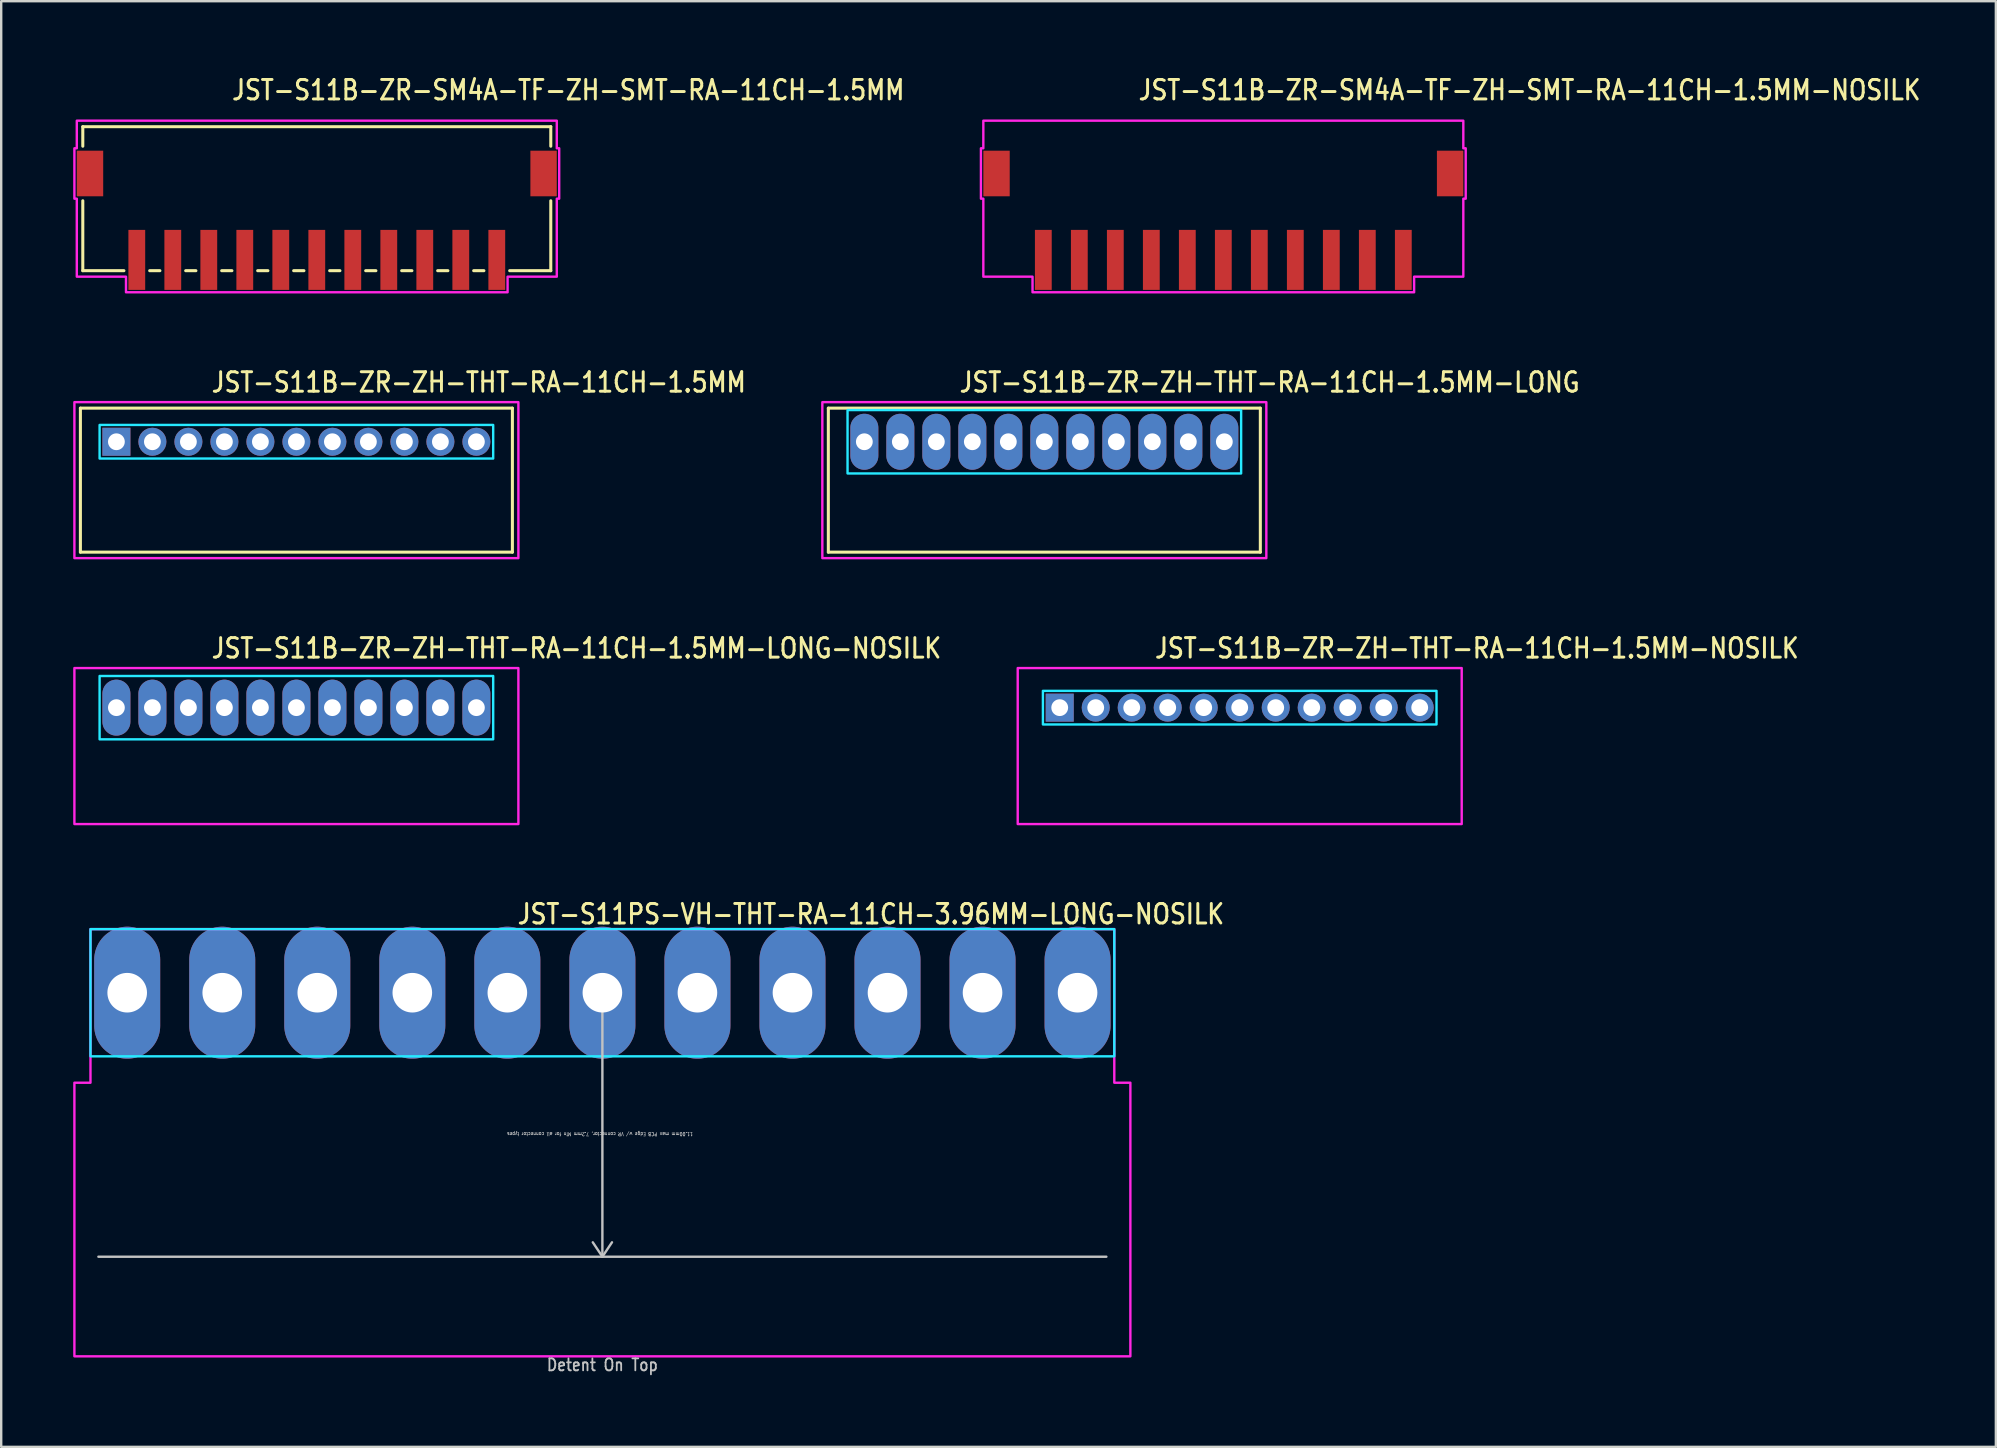
<source format=kicad_pcb>
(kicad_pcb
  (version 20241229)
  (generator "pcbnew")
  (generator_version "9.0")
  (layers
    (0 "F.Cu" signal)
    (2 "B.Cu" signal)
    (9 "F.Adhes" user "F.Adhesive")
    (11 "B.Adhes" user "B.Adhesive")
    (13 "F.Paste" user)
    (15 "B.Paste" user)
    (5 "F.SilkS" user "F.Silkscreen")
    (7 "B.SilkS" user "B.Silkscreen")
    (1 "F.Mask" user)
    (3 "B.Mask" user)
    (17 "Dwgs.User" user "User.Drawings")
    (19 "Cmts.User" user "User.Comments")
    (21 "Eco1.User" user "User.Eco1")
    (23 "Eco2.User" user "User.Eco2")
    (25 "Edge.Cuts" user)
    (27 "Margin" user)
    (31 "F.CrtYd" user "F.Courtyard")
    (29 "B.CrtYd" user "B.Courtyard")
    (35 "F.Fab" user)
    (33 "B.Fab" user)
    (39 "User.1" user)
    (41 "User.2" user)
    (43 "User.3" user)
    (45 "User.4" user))
  (footprint "JST-S11B-ZR-ZH-THT-RA-11CH-1.5MM-NOSILK"
    (layer "F.Cu")
    (at 48.606 26.436)
    (property "Reference" "JST-S11B-ZR-ZH-THT-RA-11CH-1.5MM-NOSILK" (at -3.6 -2 0) (unlocked yes) (layer "F.SilkS") (effects (font (size 0.813 0.695) (thickness 0.122)) (justify left bottom)))
    (fp_poly (pts (xy -8.2 -0.7) (xy -8.2 0.7) (xy 8.2 0.7) (xy 8.2 -0.7)) (stroke (width 0.1) (type solid)) (fill no) (layer "B.CrtYd"))
    (fp_poly (pts (xy -9.25 -1.65) (xy -9.25 4.85) (xy 9.25 4.85) (xy 9.25 -1.65)) (stroke (width 0.1) (type solid)) (fill no) (layer "F.CrtYd"))
    (pad "1" thru_hole rect (at -7.5 0) (size 1.167 1.167) (drill 0.7) (layers "*.Cu" "*.Mask"))
    (pad "2" thru_hole oval (at -6 0) (size 1.167 1.167) (drill 0.7) (layers "*.Cu" "*.Mask"))
    (pad "3" thru_hole oval (at -4.5 0) (size 1.167 1.167) (drill 0.7) (layers "*.Cu" "*.Mask"))
    (pad "4" thru_hole oval (at -3 0) (size 1.167 1.167) (drill 0.7) (layers "*.Cu" "*.Mask"))
    (pad "5" thru_hole oval (at -1.5 0) (size 1.167 1.167) (drill 0.7) (layers "*.Cu" "*.Mask"))
    (pad "6" thru_hole oval (at 0 0) (size 1.167 1.167) (drill 0.7) (layers "*.Cu" "*.Mask"))
    (pad "7" thru_hole oval (at 1.5 0) (size 1.167 1.167) (drill 0.7) (layers "*.Cu" "*.Mask"))
    (pad "8" thru_hole oval (at 3 0) (size 1.167 1.167) (drill 0.7) (layers "*.Cu" "*.Mask"))
    (pad "9" thru_hole oval (at 4.5 0) (size 1.167 1.167) (drill 0.7) (layers "*.Cu" "*.Mask"))
    (pad "10" thru_hole oval (at 6 0) (size 1.167 1.167) (drill 0.7) (layers "*.Cu" "*.Mask"))
    (pad "11" thru_hole oval (at 7.5 0) (size 1.167 1.167) (drill 0.7) (layers "*.Cu" "*.Mask")))
  (footprint "JST-S11B-ZR-ZH-THT-RA-11CH-1.5MM-LONG"
    (layer "F.Cu")
    (at 40.465 15.357)
    (property "Reference" "JST-S11B-ZR-ZH-THT-RA-11CH-1.5MM-LONG" (at -3.6 -2 0) (unlocked yes) (layer "F.SilkS") (effects (font (size 0.813 0.695) (thickness 0.122)) (justify left bottom)))
    (fp_line (start -9 -1.4) (end 9 -1.4) (stroke (width 0.127) (type solid)) (layer "F.SilkS"))
    (fp_line (start -9 4.6) (end -9 -1.4) (stroke (width 0.127) (type solid)) (layer "F.SilkS"))
    (fp_line (start -9 4.6) (end 9 4.6) (stroke (width 0.127) (type solid)) (layer "F.SilkS"))
    (fp_line (start 9 -1.4) (end 9 4.6) (stroke (width 0.127) (type solid)) (layer "F.SilkS"))
    (fp_poly (pts (xy -8.2 -1.32) (xy -8.2 1.32) (xy 8.2 1.32) (xy 8.2 -1.32)) (stroke (width 0.1) (type solid)) (fill no) (layer "B.CrtYd"))
    (fp_poly (pts (xy -9.25 -1.65) (xy -9.25 4.85) (xy 9.25 4.85) (xy 9.25 -1.65)) (stroke (width 0.1) (type solid)) (fill no) (layer "F.CrtYd"))
    (pad "1" thru_hole oval (at -7.5 0 90) (size 2.333 1.167) (drill 0.7) (layers "*.Cu" "*.Mask"))
    (pad "2" thru_hole oval (at -6 0 90) (size 2.333 1.167) (drill 0.7) (layers "*.Cu" "*.Mask"))
    (pad "3" thru_hole oval (at -4.5 0 90) (size 2.333 1.167) (drill 0.7) (layers "*.Cu" "*.Mask"))
    (pad "4" thru_hole oval (at -3 0 90) (size 2.333 1.167) (drill 0.7) (layers "*.Cu" "*.Mask"))
    (pad "5" thru_hole oval (at -1.5 0 90) (size 2.333 1.167) (drill 0.7) (layers "*.Cu" "*.Mask"))
    (pad "6" thru_hole oval (at 0 0 90) (size 2.333 1.167) (drill 0.7) (layers "*.Cu" "*.Mask"))
    (pad "7" thru_hole oval (at 1.5 0 90) (size 2.333 1.167) (drill 0.7) (layers "*.Cu" "*.Mask"))
    (pad "8" thru_hole oval (at 3 0 90) (size 2.333 1.167) (drill 0.7) (layers "*.Cu" "*.Mask"))
    (pad "9" thru_hole oval (at 4.5 0 90) (size 2.333 1.167) (drill 0.7) (layers "*.Cu" "*.Mask"))
    (pad "10" thru_hole oval (at 6 0 90) (size 2.333 1.167) (drill 0.7) (layers "*.Cu" "*.Mask"))
    (pad "11" thru_hole oval (at 7.5 0 90) (size 2.333 1.167) (drill 0.7) (layers "*.Cu" "*.Mask")))
  (footprint "JST-S11B-ZR-SM4A-TF-ZH-SMT-RA-11CH-1.5MM"
    (layer "F.Cu")
    (at 10.15 4.179)
    (property "Reference" "JST-S11B-ZR-SM4A-TF-ZH-SMT-RA-11CH-1.5MM" (at -3.6 -3 0) (unlocked yes) (layer "F.SilkS") (effects (font (size 0.813 0.695) (thickness 0.122)) (justify left bottom)))
    (fp_line (start -9.75 -1.95) (end -9.75 -1.137) (stroke (width 0.127) (type solid)) (layer "F.SilkS"))
    (fp_line (start -9.75 -1.95) (end 9.75 -1.95) (stroke (width 0.127) (type solid)) (layer "F.SilkS"))
    (fp_line (start -9.75 4.05) (end -9.75 1.137) (stroke (width 0.127) (type solid)) (layer "F.SilkS"))
    (fp_line (start -9.75 4.05) (end -8.037 4.05) (stroke (width 0.127) (type solid)) (layer "F.SilkS"))
    (fp_line (start -6.963 4.05) (end -6.537 4.05) (stroke (width 0.127) (type solid)) (layer "F.SilkS"))
    (fp_line (start -5.463 4.05) (end -5.037 4.05) (stroke (width 0.127) (type solid)) (layer "F.SilkS"))
    (fp_line (start -3.963 4.05) (end -3.537 4.05) (stroke (width 0.127) (type solid)) (layer "F.SilkS"))
    (fp_line (start -2.463 4.05) (end -2.037 4.05) (stroke (width 0.127) (type solid)) (layer "F.SilkS"))
    (fp_line (start -0.964 4.05) (end -0.536 4.05) (stroke (width 0.127) (type solid)) (layer "F.SilkS"))
    (fp_line (start 0.536 4.05) (end 0.964 4.05) (stroke (width 0.127) (type solid)) (layer "F.SilkS"))
    (fp_line (start 2.037 4.05) (end 2.463 4.05) (stroke (width 0.127) (type solid)) (layer "F.SilkS"))
    (fp_line (start 3.537 4.05) (end 3.963 4.05) (stroke (width 0.127) (type solid)) (layer "F.SilkS"))
    (fp_line (start 5.037 4.05) (end 5.463 4.05) (stroke (width 0.127) (type solid)) (layer "F.SilkS"))
    (fp_line (start 6.537 4.05) (end 6.963 4.05) (stroke (width 0.127) (type solid)) (layer "F.SilkS"))
    (fp_line (start 8.037 4.05) (end 9.75 4.05) (stroke (width 0.127) (type solid)) (layer "F.SilkS"))
    (fp_line (start 9.75 -1.137) (end 9.75 -1.95) (stroke (width 0.127) (type solid)) (layer "F.SilkS"))
    (fp_line (start 9.75 1.137) (end 9.75 4.05) (stroke (width 0.127) (type solid)) (layer "F.SilkS"))
    (fp_poly (pts (xy -10 -2.2) (xy -10 -1.05) (xy -10.1 -1.05) (xy -10.1 1.05) (xy -10 1.05) (xy -10 4.3) (xy -7.95 4.3) (xy -7.95 4.95) (xy 7.95 4.95) (xy 7.95 4.3) (xy 10 4.3) (xy 10 1.05) (xy 10.1 1.05) (xy 10.1 -1.05) (xy 10 -1.05) (xy 10 -2.2)) (stroke (width 0.1) (type solid)) (fill no) (layer "F.CrtYd"))
    (pad "1" smd rect (at 7.5 3.6) (size 0.7 2.5) (layers "F.Cu" "F.Mask" "F.Paste"))
    (pad "2" smd rect (at 6 3.6) (size 0.7 2.5) (layers "F.Cu" "F.Mask" "F.Paste"))
    (pad "3" smd rect (at 4.5 3.6) (size 0.7 2.5) (layers "F.Cu" "F.Mask" "F.Paste"))
    (pad "4" smd rect (at 3 3.6) (size 0.7 2.5) (layers "F.Cu" "F.Mask" "F.Paste"))
    (pad "5" smd rect (at 1.5 3.6) (size 0.7 2.5) (layers "F.Cu" "F.Mask" "F.Paste"))
    (pad "6" smd rect (at 0 3.6) (size 0.7 2.5) (layers "F.Cu" "F.Mask" "F.Paste"))
    (pad "7" smd rect (at -1.5 3.6) (size 0.7 2.5) (layers "F.Cu" "F.Mask" "F.Paste"))
    (pad "8" smd rect (at -3 3.6) (size 0.7 2.5) (layers "F.Cu" "F.Mask" "F.Paste"))
    (pad "9" smd rect (at -4.5 3.6) (size 0.7 2.5) (layers "F.Cu" "F.Mask" "F.Paste"))
    (pad "10" smd rect (at -6 3.6) (size 0.7 2.5) (layers "F.Cu" "F.Mask" "F.Paste"))
    (pad "11" smd rect (at -7.5 3.6) (size 0.7 2.5) (layers "F.Cu" "F.Mask" "F.Paste"))
    (pad "S_1" smd rect (at -9.45 0) (size 1.1 1.9) (layers "F.Cu" "F.Mask" "F.Paste"))
    (pad "S_2" smd rect (at 9.45 0) (size 1.1 1.9) (layers "F.Cu" "F.Mask" "F.Paste")))
  (footprint "JST-S11B-ZR-ZH-THT-RA-11CH-1.5MM-LONG-NOSILK"
    (layer "F.Cu")
    (at 9.3 26.436)
    (property "Reference" "JST-S11B-ZR-ZH-THT-RA-11CH-1.5MM-LONG-NOSILK" (at -3.6 -2 0) (unlocked yes) (layer "F.SilkS") (effects (font (size 0.813 0.695) (thickness 0.122)) (justify left bottom)))
    (fp_poly (pts (xy -8.2 -1.32) (xy -8.2 1.32) (xy 8.2 1.32) (xy 8.2 -1.32)) (stroke (width 0.1) (type solid)) (fill no) (layer "B.CrtYd"))
    (fp_poly (pts (xy -9.25 -1.65) (xy -9.25 4.85) (xy 9.25 4.85) (xy 9.25 -1.65)) (stroke (width 0.1) (type solid)) (fill no) (layer "F.CrtYd"))
    (pad "1" thru_hole oval (at -7.5 0 90) (size 2.333 1.167) (drill 0.7) (layers "*.Cu" "*.Mask"))
    (pad "2" thru_hole oval (at -6 0 90) (size 2.333 1.167) (drill 0.7) (layers "*.Cu" "*.Mask"))
    (pad "3" thru_hole oval (at -4.5 0 90) (size 2.333 1.167) (drill 0.7) (layers "*.Cu" "*.Mask"))
    (pad "4" thru_hole oval (at -3 0 90) (size 2.333 1.167) (drill 0.7) (layers "*.Cu" "*.Mask"))
    (pad "5" thru_hole oval (at -1.5 0 90) (size 2.333 1.167) (drill 0.7) (layers "*.Cu" "*.Mask"))
    (pad "6" thru_hole oval (at 0 0 90) (size 2.333 1.167) (drill 0.7) (layers "*.Cu" "*.Mask"))
    (pad "7" thru_hole oval (at 1.5 0 90) (size 2.333 1.167) (drill 0.7) (layers "*.Cu" "*.Mask"))
    (pad "8" thru_hole oval (at 3 0 90) (size 2.333 1.167) (drill 0.7) (layers "*.Cu" "*.Mask"))
    (pad "9" thru_hole oval (at 4.5 0 90) (size 2.333 1.167) (drill 0.7) (layers "*.Cu" "*.Mask"))
    (pad "10" thru_hole oval (at 6 0 90) (size 2.333 1.167) (drill 0.7) (layers "*.Cu" "*.Mask"))
    (pad "11" thru_hole oval (at 7.5 0 90) (size 2.333 1.167) (drill 0.7) (layers "*.Cu" "*.Mask")))
  (footprint "JST-S11PS-VH-THT-RA-11CH-3.96MM-LONG-NOSILK"
    (layer "F.Cu")
    (at 22.05 38.314)
    (property "Reference" "JST-S11PS-VH-THT-RA-11CH-3.96MM-LONG-NOSILK" (at -3.6 -2.8 0) (unlocked yes) (layer "F.SilkS") (effects (font (size 0.813 0.695) (thickness 0.122)) (justify left bottom)))
    (fp_line (start -21 11) (end 21 11) (stroke (width 0.1) (type solid)) (layer "Dwgs.User"))
    (fp_line (start 0 0) (end -0.4 0.6) (stroke (width 0.1) (type solid)) (layer "Dwgs.User"))
    (fp_line (start 0 0) (end 0 11) (stroke (width 0.1) (type solid)) (layer "Dwgs.User"))
    (fp_line (start 0 0) (end 0.4 0.6) (stroke (width 0.1) (type solid)) (layer "Dwgs.User"))
    (fp_line (start 0 11) (end -0.4 10.4) (stroke (width 0.1) (type solid)) (layer "Dwgs.User"))
    (fp_line (start 0 11) (end 0.4 10.4) (stroke (width 0.1) (type solid)) (layer "Dwgs.User"))
    (fp_poly (pts (xy -21.33 -2.65) (xy -21.33 2.65) (xy 21.33 2.65) (xy 21.33 -2.65)) (stroke (width 0.1) (type solid)) (fill no) (layer "B.CrtYd"))
    (fp_poly (pts (xy -22 3.75) (xy -22 15.15) (xy 22 15.15) (xy 22 3.75) (xy 21.33 3.75) (xy 21.33 -2.65) (xy -21.33 -2.65) (xy -21.33 3.75)) (stroke (width 0.1) (type solid)) (fill no) (layer "F.CrtYd"))
    (fp_text user "11.00mm max PCB Edge w/ VR connector, 7.2mm Min for all connector types" (at -0.1 5.8 180) (unlocked yes) (layer "Dwgs.User") (effects (font (size 0.15 0.128) (thickness 0.022)) (justify bottom)))
    (fp_text user "Detent On Top" (at 0 15.8 0) (unlocked yes) (layer "Dwgs.User") (effects (font (size 0.5 0.427) (thickness 0.075)) (justify bottom)))
    (pad "1" thru_hole oval (at -19.8 0 90) (size 5.5 2.75) (drill 1.65) (layers "*.Cu" "*.Mask"))
    (pad "2" thru_hole oval (at -15.84 0 90) (size 5.5 2.75) (drill 1.65) (layers "*.Cu" "*.Mask"))
    (pad "3" thru_hole oval (at -11.88 0 90) (size 5.5 2.75) (drill 1.65) (layers "*.Cu" "*.Mask"))
    (pad "4" thru_hole oval (at -7.92 0 90) (size 5.5 2.75) (drill 1.65) (layers "*.Cu" "*.Mask"))
    (pad "5" thru_hole oval (at -3.96 0 90) (size 5.5 2.75) (drill 1.65) (layers "*.Cu" "*.Mask"))
    (pad "6" thru_hole oval (at 0 0 90) (size 5.5 2.75) (drill 1.65) (layers "*.Cu" "*.Mask"))
    (pad "7" thru_hole oval (at 3.96 0 90) (size 5.5 2.75) (drill 1.65) (layers "*.Cu" "*.Mask"))
    (pad "8" thru_hole oval (at 7.92 0 90) (size 5.5 2.75) (drill 1.65) (layers "*.Cu" "*.Mask"))
    (pad "9" thru_hole oval (at 11.88 0 90) (size 5.5 2.75) (drill 1.65) (layers "*.Cu" "*.Mask"))
    (pad "10" thru_hole oval (at 15.84 0 90) (size 5.5 2.75) (drill 1.65) (layers "*.Cu" "*.Mask"))
    (pad "11" thru_hole oval (at 19.8 0 90) (size 5.5 2.75) (drill 1.65) (layers "*.Cu" "*.Mask")))
  (footprint "JST-S11B-ZR-SM4A-TF-ZH-SMT-RA-11CH-1.5MM-NOSILK"
    (layer "F.Cu")
    (at 47.923 4.179)
    (property "Reference" "JST-S11B-ZR-SM4A-TF-ZH-SMT-RA-11CH-1.5MM-NOSILK" (at -3.6 -3 0) (unlocked yes) (layer "F.SilkS") (effects (font (size 0.813 0.695) (thickness 0.122)) (justify left bottom)))
    (fp_poly (pts (xy -10 -2.2) (xy -10 -1.05) (xy -10.1 -1.05) (xy -10.1 1.05) (xy -10 1.05) (xy -10 4.3) (xy -7.95 4.3) (xy -7.95 4.95) (xy 7.95 4.95) (xy 7.95 4.3) (xy 10 4.3) (xy 10 1.05) (xy 10.1 1.05) (xy 10.1 -1.05) (xy 10 -1.05) (xy 10 -2.2)) (stroke (width 0.1) (type solid)) (fill no) (layer "F.CrtYd"))
    (pad "1" smd rect (at 7.5 3.6) (size 0.7 2.5) (layers "F.Cu" "F.Mask" "F.Paste"))
    (pad "2" smd rect (at 6 3.6) (size 0.7 2.5) (layers "F.Cu" "F.Mask" "F.Paste"))
    (pad "3" smd rect (at 4.5 3.6) (size 0.7 2.5) (layers "F.Cu" "F.Mask" "F.Paste"))
    (pad "4" smd rect (at 3 3.6) (size 0.7 2.5) (layers "F.Cu" "F.Mask" "F.Paste"))
    (pad "5" smd rect (at 1.5 3.6) (size 0.7 2.5) (layers "F.Cu" "F.Mask" "F.Paste"))
    (pad "6" smd rect (at 0 3.6) (size 0.7 2.5) (layers "F.Cu" "F.Mask" "F.Paste"))
    (pad "7" smd rect (at -1.5 3.6) (size 0.7 2.5) (layers "F.Cu" "F.Mask" "F.Paste"))
    (pad "8" smd rect (at -3 3.6) (size 0.7 2.5) (layers "F.Cu" "F.Mask" "F.Paste"))
    (pad "9" smd rect (at -4.5 3.6) (size 0.7 2.5) (layers "F.Cu" "F.Mask" "F.Paste"))
    (pad "10" smd rect (at -6 3.6) (size 0.7 2.5) (layers "F.Cu" "F.Mask" "F.Paste"))
    (pad "11" smd rect (at -7.5 3.6) (size 0.7 2.5) (layers "F.Cu" "F.Mask" "F.Paste"))
    (pad "S_1" smd rect (at -9.45 0) (size 1.1 1.9) (layers "F.Cu" "F.Mask" "F.Paste"))
    (pad "S_2" smd rect (at 9.45 0) (size 1.1 1.9) (layers "F.Cu" "F.Mask" "F.Paste")))
  (footprint "JST-S11B-ZR-ZH-THT-RA-11CH-1.5MM"
    (layer "F.Cu")
    (at 9.3 15.357)
    (property "Reference" "JST-S11B-ZR-ZH-THT-RA-11CH-1.5MM" (at -3.6 -2 0) (unlocked yes) (layer "F.SilkS") (effects (font (size 0.813 0.695) (thickness 0.122)) (justify left bottom)))
    (fp_line (start -9 -1.4) (end 9 -1.4) (stroke (width 0.127) (type solid)) (layer "F.SilkS"))
    (fp_line (start -9 4.6) (end -9 -1.4) (stroke (width 0.127) (type solid)) (layer "F.SilkS"))
    (fp_line (start -9 4.6) (end 9 4.6) (stroke (width 0.127) (type solid)) (layer "F.SilkS"))
    (fp_line (start 9 -1.4) (end 9 4.6) (stroke (width 0.127) (type solid)) (layer "F.SilkS"))
    (fp_poly (pts (xy -8.2 -0.7) (xy -8.2 0.7) (xy 8.2 0.7) (xy 8.2 -0.7)) (stroke (width 0.1) (type solid)) (fill no) (layer "B.CrtYd"))
    (fp_poly (pts (xy -9.25 -1.65) (xy -9.25 4.85) (xy 9.25 4.85) (xy 9.25 -1.65)) (stroke (width 0.1) (type solid)) (fill no) (layer "F.CrtYd"))
    (pad "1" thru_hole rect (at -7.5 0) (size 1.167 1.167) (drill 0.7) (layers "*.Cu" "*.Mask"))
    (pad "2" thru_hole oval (at -6 0) (size 1.167 1.167) (drill 0.7) (layers "*.Cu" "*.Mask"))
    (pad "3" thru_hole oval (at -4.5 0) (size 1.167 1.167) (drill 0.7) (layers "*.Cu" "*.Mask"))
    (pad "4" thru_hole oval (at -3 0) (size 1.167 1.167) (drill 0.7) (layers "*.Cu" "*.Mask"))
    (pad "5" thru_hole oval (at -1.5 0) (size 1.167 1.167) (drill 0.7) (layers "*.Cu" "*.Mask"))
    (pad "6" thru_hole oval (at 0 0) (size 1.167 1.167) (drill 0.7) (layers "*.Cu" "*.Mask"))
    (pad "7" thru_hole oval (at 1.5 0) (size 1.167 1.167) (drill 0.7) (layers "*.Cu" "*.Mask"))
    (pad "8" thru_hole oval (at 3 0) (size 1.167 1.167) (drill 0.7) (layers "*.Cu" "*.Mask"))
    (pad "9" thru_hole oval (at 4.5 0) (size 1.167 1.167) (drill 0.7) (layers "*.Cu" "*.Mask"))
    (pad "10" thru_hole oval (at 6 0) (size 1.167 1.167) (drill 0.7) (layers "*.Cu" "*.Mask"))
    (pad "11" thru_hole oval (at 7.5 0) (size 1.167 1.167) (drill 0.7) (layers "*.Cu" "*.Mask")))
  (gr_rect
    (start -3 -3)
    (end 80.113 57.237)
    (stroke (width 0.1) (type default))
    (fill no)
    (layer "Edge.Cuts")))
</source>
